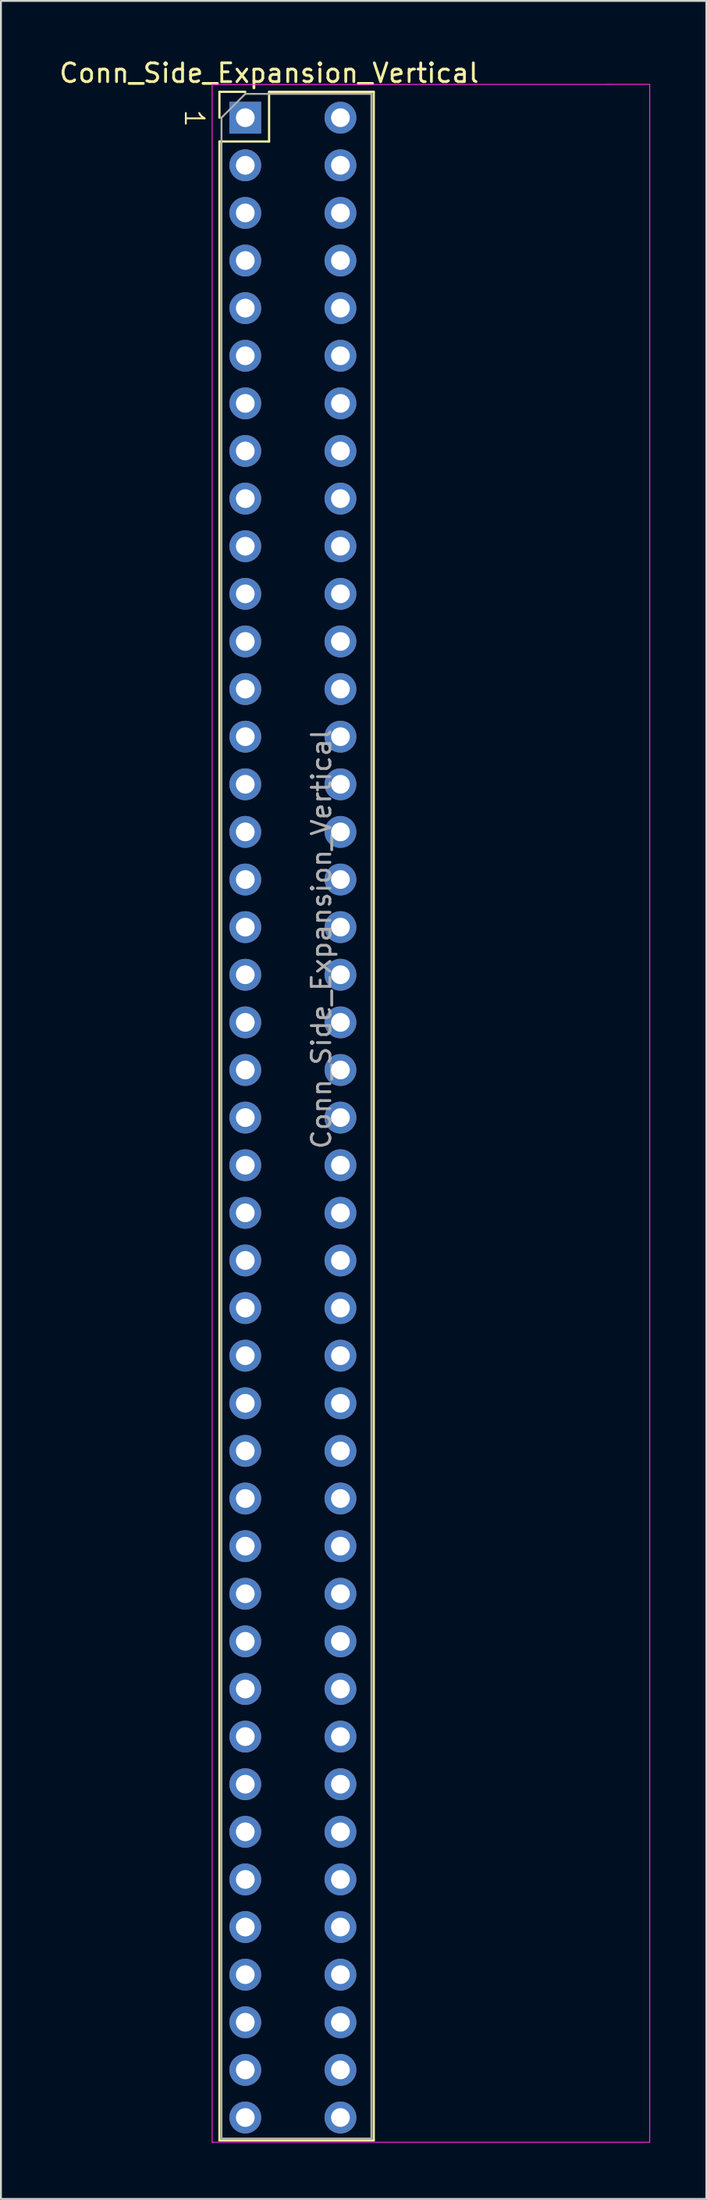
<source format=kicad_pcb>
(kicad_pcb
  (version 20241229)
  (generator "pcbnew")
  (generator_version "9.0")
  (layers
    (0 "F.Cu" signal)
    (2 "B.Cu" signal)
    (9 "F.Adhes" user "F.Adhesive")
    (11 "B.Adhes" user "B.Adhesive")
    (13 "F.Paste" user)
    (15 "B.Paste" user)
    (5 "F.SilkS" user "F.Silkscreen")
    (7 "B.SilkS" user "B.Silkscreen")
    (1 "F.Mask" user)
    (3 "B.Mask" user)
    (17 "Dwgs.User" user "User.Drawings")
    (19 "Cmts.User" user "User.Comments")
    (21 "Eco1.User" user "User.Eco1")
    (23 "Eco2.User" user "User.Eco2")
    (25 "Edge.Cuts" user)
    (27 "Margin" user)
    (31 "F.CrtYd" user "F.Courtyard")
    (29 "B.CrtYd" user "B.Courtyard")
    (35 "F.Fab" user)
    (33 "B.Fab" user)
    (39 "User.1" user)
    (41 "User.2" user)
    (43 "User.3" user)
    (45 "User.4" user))
  (footprint "Conn_Side_Expansion_Vertical"
    (layer "F.Cu")
    (at 10.045 3.228)
    (property "Reference" "Conn_Side_Expansion_Vertical" (at 1.27 -2.38 0) (layer "F.SilkS") (effects (font (size 1 1) (thickness 0.15))))
    (attr through_hole)
    (fp_line (start -1.38 -1.38) (end 0 -1.38) (stroke (width 0.12) (type solid)) (layer "F.SilkS"))
    (fp_line (start -1.38 0) (end -1.38 -1.38) (stroke (width 0.12) (type solid)) (layer "F.SilkS"))
    (fp_line (start -1.38 1.27) (end -1.38 107.9) (stroke (width 0.12) (type solid)) (layer "F.SilkS"))
    (fp_line (start -1.38 1.27) (end 1.27 1.27) (stroke (width 0.12) (type solid)) (layer "F.SilkS"))
    (fp_line (start -1.38 107.9) (end 6.858 107.9) (stroke (width 0.12) (type solid)) (layer "F.SilkS"))
    (fp_line (start 1.27 -1.38) (end 6.858 -1.38) (stroke (width 0.12) (type solid)) (layer "F.SilkS"))
    (fp_line (start 1.27 1.27) (end 1.27 -1.38) (stroke (width 0.12) (type solid)) (layer "F.SilkS"))
    (fp_line (start 6.858 -1.38) (end 6.858 107.9) (stroke (width 0.12) (type solid)) (layer "F.SilkS"))
    (fp_line (start -1.775 108) (end 21.59 108) (stroke (width 0.05) (type solid)) (layer "F.CrtYd"))
    (fp_line (start -1.77 -1.77) (end -1.77 108) (stroke (width 0.05) (type solid)) (layer "F.CrtYd"))
    (fp_line (start 21.59 -1.778) (end -1.77 -1.77) (stroke (width 0.05) (type solid)) (layer "F.CrtYd"))
    (fp_line (start 21.59 108) (end 21.59 -1.778) (stroke (width 0.05) (type solid)) (layer "F.CrtYd"))
    (fp_line (start -1.27 0) (end 0 -1.27) (stroke (width 0.1) (type solid)) (layer "F.Fab"))
    (fp_line (start -1.27 107.8) (end -1.27 0) (stroke (width 0.1) (type solid)) (layer "F.Fab"))
    (fp_line (start 0 -1.27) (end 6.731 -1.27) (stroke (width 0.1) (type solid)) (layer "F.Fab"))
    (fp_line (start 6.731 -1.27) (end 6.731 107.8) (stroke (width 0.1) (type solid)) (layer "F.Fab"))
    (fp_line (start 6.731 107.8) (end -1.27 107.8) (stroke (width 0.1) (type solid)) (layer "F.Fab"))
    (fp_text user "1" (at -3.302 -0.508 270) (unlocked yes) (layer "F.SilkS") (effects (font (size 1 1) (thickness 0.1)) (justify left bottom)))
    (fp_text user "${REFERENCE}" (at 4.064 43.815 90) (layer "F.Fab") (effects (font (size 1 1) (thickness 0.15))))
    (pad "1" thru_hole rect (at 0 0) (size 1.7 1.7) (drill 1) (layers "*.Cu" "*.Mask"))
    (pad "2" thru_hole circle (at 5.08 0) (size 1.7 1.7) (drill 1) (layers "*.Cu" "*.Mask"))
    (pad "3" thru_hole circle (at 0 2.54) (size 1.7 1.7) (drill 1) (layers "*.Cu" "*.Mask"))
    (pad "4" thru_hole circle (at 5.08 2.54) (size 1.7 1.7) (drill 1) (layers "*.Cu" "*.Mask"))
    (pad "5" thru_hole circle (at 0 5.08) (size 1.7 1.7) (drill 1) (layers "*.Cu" "*.Mask"))
    (pad "6" thru_hole circle (at 5.08 5.08) (size 1.7 1.7) (drill 1) (layers "*.Cu" "*.Mask"))
    (pad "7" thru_hole circle (at 0 7.62) (size 1.7 1.7) (drill 1) (layers "*.Cu" "*.Mask"))
    (pad "8" thru_hole circle (at 5.08 7.62) (size 1.7 1.7) (drill 1) (layers "*.Cu" "*.Mask"))
    (pad "9" thru_hole circle (at 0 10.16) (size 1.7 1.7) (drill 1) (layers "*.Cu" "*.Mask"))
    (pad "10" thru_hole circle (at 5.08 10.16) (size 1.7 1.7) (drill 1) (layers "*.Cu" "*.Mask"))
    (pad "11" thru_hole circle (at 0 12.7) (size 1.7 1.7) (drill 1) (layers "*.Cu" "*.Mask"))
    (pad "12" thru_hole circle (at 5.08 12.7) (size 1.7 1.7) (drill 1) (layers "*.Cu" "*.Mask"))
    (pad "13" thru_hole circle (at 0 15.24) (size 1.7 1.7) (drill 1) (layers "*.Cu" "*.Mask"))
    (pad "14" thru_hole circle (at 5.08 15.24) (size 1.7 1.7) (drill 1) (layers "*.Cu" "*.Mask"))
    (pad "15" thru_hole circle (at 0 17.78) (size 1.7 1.7) (drill 1) (layers "*.Cu" "*.Mask"))
    (pad "16" thru_hole circle (at 5.08 17.78) (size 1.7 1.7) (drill 1) (layers "*.Cu" "*.Mask"))
    (pad "17" thru_hole circle (at 0 20.32) (size 1.7 1.7) (drill 1) (layers "*.Cu" "*.Mask"))
    (pad "18" thru_hole circle (at 5.08 20.32) (size 1.7 1.7) (drill 1) (layers "*.Cu" "*.Mask"))
    (pad "19" thru_hole circle (at 0 22.86) (size 1.7 1.7) (drill 1) (layers "*.Cu" "*.Mask"))
    (pad "20" thru_hole circle (at 5.08 22.86) (size 1.7 1.7) (drill 1) (layers "*.Cu" "*.Mask"))
    (pad "21" thru_hole circle (at 0 25.4) (size 1.7 1.7) (drill 1) (layers "*.Cu" "*.Mask"))
    (pad "22" thru_hole circle (at 5.08 25.4) (size 1.7 1.7) (drill 1) (layers "*.Cu" "*.Mask"))
    (pad "23" thru_hole circle (at 0 27.94) (size 1.7 1.7) (drill 1) (layers "*.Cu" "*.Mask"))
    (pad "24" thru_hole circle (at 5.08 27.94) (size 1.7 1.7) (drill 1) (layers "*.Cu" "*.Mask"))
    (pad "25" thru_hole circle (at 0 30.48) (size 1.7 1.7) (drill 1) (layers "*.Cu" "*.Mask"))
    (pad "26" thru_hole circle (at 5.08 30.48) (size 1.7 1.7) (drill 1) (layers "*.Cu" "*.Mask"))
    (pad "27" thru_hole circle (at 0 33.02) (size 1.7 1.7) (drill 1) (layers "*.Cu" "*.Mask"))
    (pad "28" thru_hole circle (at 5.08 33.02) (size 1.7 1.7) (drill 1) (layers "*.Cu" "*.Mask"))
    (pad "29" thru_hole circle (at 0 35.56) (size 1.7 1.7) (drill 1) (layers "*.Cu" "*.Mask"))
    (pad "30" thru_hole circle (at 5.08 35.56) (size 1.7 1.7) (drill 1) (layers "*.Cu" "*.Mask"))
    (pad "31" thru_hole circle (at 0 38.1) (size 1.7 1.7) (drill 1) (layers "*.Cu" "*.Mask"))
    (pad "32" thru_hole circle (at 5.08 38.1) (size 1.7 1.7) (drill 1) (layers "*.Cu" "*.Mask"))
    (pad "33" thru_hole circle (at 0 40.64) (size 1.7 1.7) (drill 1) (layers "*.Cu" "*.Mask"))
    (pad "34" thru_hole circle (at 5.08 40.64) (size 1.7 1.7) (drill 1) (layers "*.Cu" "*.Mask"))
    (pad "35" thru_hole circle (at 0 43.18) (size 1.7 1.7) (drill 1) (layers "*.Cu" "*.Mask"))
    (pad "36" thru_hole circle (at 5.08 43.18) (size 1.7 1.7) (drill 1) (layers "*.Cu" "*.Mask"))
    (pad "37" thru_hole circle (at 0 45.72) (size 1.7 1.7) (drill 1) (layers "*.Cu" "*.Mask"))
    (pad "38" thru_hole circle (at 5.08 45.72) (size 1.7 1.7) (drill 1) (layers "*.Cu" "*.Mask"))
    (pad "39" thru_hole circle (at 0 48.26) (size 1.7 1.7) (drill 1) (layers "*.Cu" "*.Mask"))
    (pad "40" thru_hole circle (at 5.08 48.26) (size 1.7 1.7) (drill 1) (layers "*.Cu" "*.Mask"))
    (pad "41" thru_hole circle (at 0 50.8) (size 1.7 1.7) (drill 1) (layers "*.Cu" "*.Mask"))
    (pad "42" thru_hole circle (at 5.08 50.8) (size 1.7 1.7) (drill 1) (layers "*.Cu" "*.Mask"))
    (pad "43" thru_hole circle (at 0 53.34) (size 1.7 1.7) (drill 1) (layers "*.Cu" "*.Mask"))
    (pad "44" thru_hole circle (at 5.08 53.34) (size 1.7 1.7) (drill 1) (layers "*.Cu" "*.Mask"))
    (pad "45" thru_hole circle (at 0 55.88) (size 1.7 1.7) (drill 1) (layers "*.Cu" "*.Mask"))
    (pad "46" thru_hole circle (at 5.08 55.88) (size 1.7 1.7) (drill 1) (layers "*.Cu" "*.Mask"))
    (pad "47" thru_hole circle (at 0 58.42) (size 1.7 1.7) (drill 1) (layers "*.Cu" "*.Mask"))
    (pad "48" thru_hole circle (at 5.08 58.42) (size 1.7 1.7) (drill 1) (layers "*.Cu" "*.Mask"))
    (pad "49" thru_hole circle (at 0 60.96) (size 1.7 1.7) (drill 1) (layers "*.Cu" "*.Mask"))
    (pad "50" thru_hole circle (at 5.08 60.96) (size 1.7 1.7) (drill 1) (layers "*.Cu" "*.Mask"))
    (pad "51" thru_hole circle (at 0 63.5) (size 1.7 1.7) (drill 1) (layers "*.Cu" "*.Mask"))
    (pad "52" thru_hole circle (at 5.08 63.5) (size 1.7 1.7) (drill 1) (layers "*.Cu" "*.Mask"))
    (pad "53" thru_hole circle (at 0 66.04) (size 1.7 1.7) (drill 1) (layers "*.Cu" "*.Mask"))
    (pad "54" thru_hole circle (at 5.08 66.04) (size 1.7 1.7) (drill 1) (layers "*.Cu" "*.Mask"))
    (pad "55" thru_hole circle (at 0 68.58) (size 1.7 1.7) (drill 1) (layers "*.Cu" "*.Mask"))
    (pad "56" thru_hole circle (at 5.08 68.58) (size 1.7 1.7) (drill 1) (layers "*.Cu" "*.Mask"))
    (pad "57" thru_hole circle (at 0 71.12) (size 1.7 1.7) (drill 1) (layers "*.Cu" "*.Mask"))
    (pad "58" thru_hole circle (at 5.08 71.12) (size 1.7 1.7) (drill 1) (layers "*.Cu" "*.Mask"))
    (pad "59" thru_hole circle (at 0 73.66) (size 1.7 1.7) (drill 1) (layers "*.Cu" "*.Mask"))
    (pad "60" thru_hole circle (at 5.08 73.66) (size 1.7 1.7) (drill 1) (layers "*.Cu" "*.Mask"))
    (pad "61" thru_hole circle (at 0 76.2) (size 1.7 1.7) (drill 1) (layers "*.Cu" "*.Mask"))
    (pad "62" thru_hole circle (at 5.08 76.2) (size 1.7 1.7) (drill 1) (layers "*.Cu" "*.Mask"))
    (pad "63" thru_hole circle (at 0 78.74) (size 1.7 1.7) (drill 1) (layers "*.Cu" "*.Mask"))
    (pad "64" thru_hole circle (at 5.08 78.74) (size 1.7 1.7) (drill 1) (layers "*.Cu" "*.Mask"))
    (pad "65" thru_hole circle (at 0 81.28) (size 1.7 1.7) (drill 1) (layers "*.Cu" "*.Mask"))
    (pad "66" thru_hole circle (at 5.08 81.28) (size 1.7 1.7) (drill 1) (layers "*.Cu" "*.Mask"))
    (pad "67" thru_hole circle (at 0 83.82) (size 1.7 1.7) (drill 1) (layers "*.Cu" "*.Mask"))
    (pad "68" thru_hole circle (at 5.08 83.82) (size 1.7 1.7) (drill 1) (layers "*.Cu" "*.Mask"))
    (pad "69" thru_hole circle (at 0 86.36) (size 1.7 1.7) (drill 1) (layers "*.Cu" "*.Mask"))
    (pad "70" thru_hole circle (at 5.08 86.36) (size 1.7 1.7) (drill 1) (layers "*.Cu" "*.Mask"))
    (pad "71" thru_hole circle (at 0 88.9) (size 1.7 1.7) (drill 1) (layers "*.Cu" "*.Mask"))
    (pad "72" thru_hole circle (at 5.08 88.9) (size 1.7 1.7) (drill 1) (layers "*.Cu" "*.Mask"))
    (pad "73" thru_hole circle (at 0 91.44) (size 1.7 1.7) (drill 1) (layers "*.Cu" "*.Mask"))
    (pad "74" thru_hole circle (at 5.08 91.44) (size 1.7 1.7) (drill 1) (layers "*.Cu" "*.Mask"))
    (pad "75" thru_hole circle (at 0 93.98) (size 1.7 1.7) (drill 1) (layers "*.Cu" "*.Mask"))
    (pad "76" thru_hole circle (at 5.08 93.98) (size 1.7 1.7) (drill 1) (layers "*.Cu" "*.Mask"))
    (pad "77" thru_hole circle (at 0 96.52) (size 1.7 1.7) (drill 1) (layers "*.Cu" "*.Mask"))
    (pad "78" thru_hole circle (at 5.08 96.52) (size 1.7 1.7) (drill 1) (layers "*.Cu" "*.Mask"))
    (pad "79" thru_hole circle (at 0 99.06) (size 1.7 1.7) (drill 1) (layers "*.Cu" "*.Mask"))
    (pad "80" thru_hole circle (at 5.08 99.06) (size 1.7 1.7) (drill 1) (layers "*.Cu" "*.Mask"))
    (pad "81" thru_hole circle (at 0 101.6) (size 1.7 1.7) (drill 1) (layers "*.Cu" "*.Mask"))
    (pad "82" thru_hole circle (at 5.08 101.6) (size 1.7 1.7) (drill 1) (layers "*.Cu" "*.Mask"))
    (pad "83" thru_hole circle (at 0 104.14) (size 1.7 1.7) (drill 1) (layers "*.Cu" "*.Mask"))
    (pad "84" thru_hole circle (at 5.08 104.14) (size 1.7 1.7) (drill 1) (layers "*.Cu" "*.Mask"))
    (pad "85" thru_hole circle (at 0 106.68) (size 1.7 1.7) (drill 1) (layers "*.Cu" "*.Mask"))
    (pad "86" thru_hole circle (at 5.08 106.68) (size 1.7 1.7) (drill 1) (layers "*.Cu" "*.Mask")))
  (gr_rect
    (start -3 -3)
    (end 34.66 114.253)
    (stroke (width 0.1) (type default))
    (fill no)
    (layer "Edge.Cuts")))
</source>
